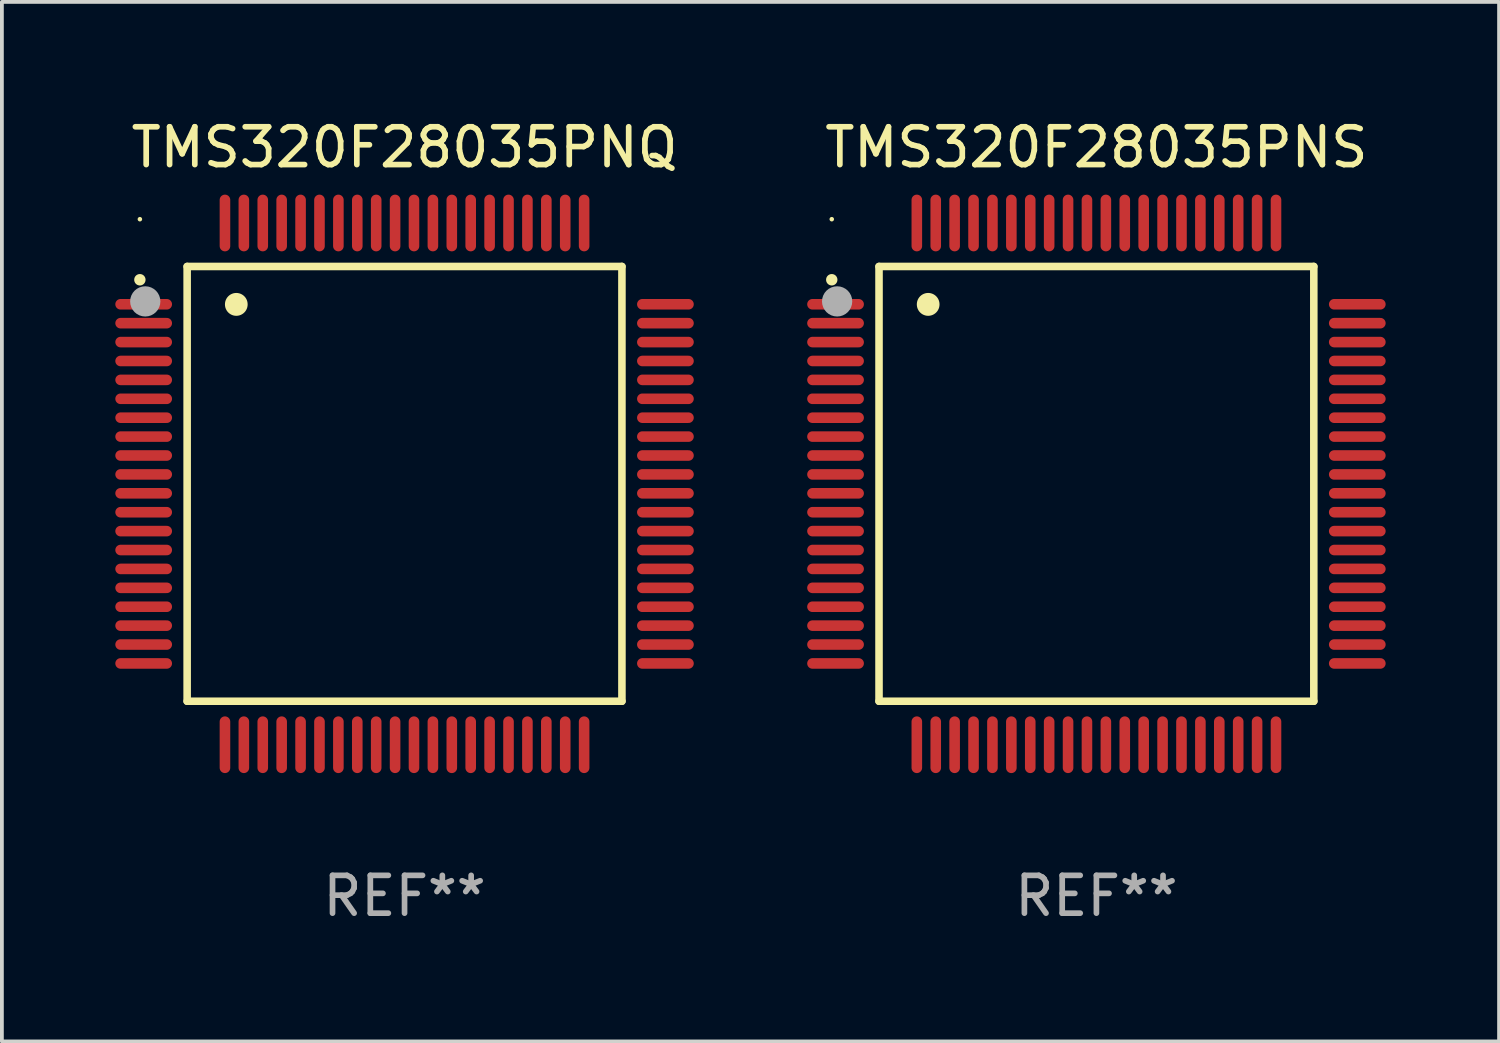
<source format=kicad_pcb>
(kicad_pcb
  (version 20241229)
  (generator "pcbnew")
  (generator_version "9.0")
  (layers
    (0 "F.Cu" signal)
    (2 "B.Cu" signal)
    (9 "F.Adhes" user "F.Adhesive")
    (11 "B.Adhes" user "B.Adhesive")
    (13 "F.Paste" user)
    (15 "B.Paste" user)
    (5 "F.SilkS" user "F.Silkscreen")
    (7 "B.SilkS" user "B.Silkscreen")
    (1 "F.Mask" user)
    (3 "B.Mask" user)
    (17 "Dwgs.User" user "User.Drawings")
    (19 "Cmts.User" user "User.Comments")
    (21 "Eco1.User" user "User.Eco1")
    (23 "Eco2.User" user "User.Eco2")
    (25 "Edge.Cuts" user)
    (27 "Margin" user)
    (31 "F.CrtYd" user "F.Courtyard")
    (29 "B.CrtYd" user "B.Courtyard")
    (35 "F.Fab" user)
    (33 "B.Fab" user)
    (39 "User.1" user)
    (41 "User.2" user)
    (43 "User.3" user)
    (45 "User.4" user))
  (footprint "TMS320F28035PNS"
    (layer "F.Cu")
    (at 25.95 9.748)
    (property "Reference" "TMS320F28035PNS" (at 0 -8.9 0) (layer "F.SilkS") (effects (font (size 1 1) (thickness 0.15))))
    (attr through_hole)
    (fp_line (start -5.75 -5.75) (end 5.75 -5.75) (stroke (width 0.2) (type solid)) (layer "F.SilkS"))
    (fp_line (start -5.75 5.75) (end -5.75 -5.75) (stroke (width 0.2) (type solid)) (layer "F.SilkS"))
    (fp_line (start 5.75 -5.75) (end 5.75 5.75) (stroke (width 0.2) (type solid)) (layer "F.SilkS"))
    (fp_line (start 5.75 5.75) (end -5.75 5.75) (stroke (width 0.2) (type solid)) (layer "F.SilkS"))
    (fp_arc (start -7.000229 -5.397435) (mid -7.000234 -5.398705) (end -7.000229 -5.399975) (stroke (width 0.3) (type solid)) (layer "F.SilkS"))
    (fp_arc (start -4.450064 -4.744653) (mid -4.450075 -4.747193) (end -4.450064 -4.749733) (stroke (width 0.6) (type solid)) (layer "F.SilkS"))
    (fp_circle (center -7 -7) (end -6.97 -7) (stroke (width 0.06) (type solid)) (fill no) (layer "F.SilkS"))
    (fp_circle (center -6.858 -4.826) (end -6.658 -4.826) (stroke (width 0.4) (type solid)) (fill no) (layer "F.Fab"))
    (fp_text user "REF**" (at 0 10.9 0) (layer "F.Fab") (effects (font (size 1 1) (thickness 0.15))))
    (pad "1" smd oval (at -6.9 -4.75 90) (size 0.28 1.5) (layers "F.Cu" "F.Mask" "F.Paste"))
    (pad "2" smd oval (at -6.9 -4.25 90) (size 0.28 1.5) (layers "F.Cu" "F.Mask" "F.Paste"))
    (pad "3" smd oval (at -6.9 -3.75 90) (size 0.28 1.5) (layers "F.Cu" "F.Mask" "F.Paste"))
    (pad "4" smd oval (at -6.9 -3.25 90) (size 0.28 1.5) (layers "F.Cu" "F.Mask" "F.Paste"))
    (pad "5" smd oval (at -6.9 -2.75 90) (size 0.28 1.5) (layers "F.Cu" "F.Mask" "F.Paste"))
    (pad "6" smd oval (at -6.9 -2.25 90) (size 0.28 1.5) (layers "F.Cu" "F.Mask" "F.Paste"))
    (pad "7" smd oval (at -6.9 -1.75 90) (size 0.28 1.5) (layers "F.Cu" "F.Mask" "F.Paste"))
    (pad "8" smd oval (at -6.9 -1.25 90) (size 0.28 1.5) (layers "F.Cu" "F.Mask" "F.Paste"))
    (pad "9" smd oval (at -6.9 -0.75 90) (size 0.28 1.5) (layers "F.Cu" "F.Mask" "F.Paste"))
    (pad "10" smd oval (at -6.9 -0.25 90) (size 0.28 1.5) (layers "F.Cu" "F.Mask" "F.Paste"))
    (pad "11" smd oval (at -6.9 0.25 90) (size 0.28 1.5) (layers "F.Cu" "F.Mask" "F.Paste"))
    (pad "12" smd oval (at -6.9 0.75 90) (size 0.28 1.5) (layers "F.Cu" "F.Mask" "F.Paste"))
    (pad "13" smd oval (at -6.9 1.25 90) (size 0.28 1.5) (layers "F.Cu" "F.Mask" "F.Paste"))
    (pad "14" smd oval (at -6.9 1.75 90) (size 0.28 1.5) (layers "F.Cu" "F.Mask" "F.Paste"))
    (pad "15" smd oval (at -6.9 2.25 90) (size 0.28 1.5) (layers "F.Cu" "F.Mask" "F.Paste"))
    (pad "16" smd oval (at -6.9 2.75 90) (size 0.28 1.5) (layers "F.Cu" "F.Mask" "F.Paste"))
    (pad "17" smd oval (at -6.9 3.25 90) (size 0.28 1.5) (layers "F.Cu" "F.Mask" "F.Paste"))
    (pad "18" smd oval (at -6.9 3.75 90) (size 0.28 1.5) (layers "F.Cu" "F.Mask" "F.Paste"))
    (pad "19" smd oval (at -6.9 4.25 90) (size 0.28 1.5) (layers "F.Cu" "F.Mask" "F.Paste"))
    (pad "20" smd oval (at -6.9 4.75 270) (size 0.28 1.5) (layers "F.Cu" "F.Mask" "F.Paste"))
    (pad "21" smd oval (at -4.75 6.9 180) (size 0.28 1.5) (layers "F.Cu" "F.Mask" "F.Paste"))
    (pad "22" smd oval (at -4.25 6.9) (size 0.28 1.5) (layers "F.Cu" "F.Mask" "F.Paste"))
    (pad "23" smd oval (at -3.75 6.9) (size 0.28 1.5) (layers "F.Cu" "F.Mask" "F.Paste"))
    (pad "24" smd oval (at -3.25 6.9) (size 0.28 1.5) (layers "F.Cu" "F.Mask" "F.Paste"))
    (pad "25" smd oval (at -2.75 6.9) (size 0.28 1.5) (layers "F.Cu" "F.Mask" "F.Paste"))
    (pad "26" smd oval (at -2.25 6.9) (size 0.28 1.5) (layers "F.Cu" "F.Mask" "F.Paste"))
    (pad "27" smd oval (at -1.75 6.9) (size 0.28 1.5) (layers "F.Cu" "F.Mask" "F.Paste"))
    (pad "28" smd oval (at -1.25 6.9) (size 0.28 1.5) (layers "F.Cu" "F.Mask" "F.Paste"))
    (pad "29" smd oval (at -0.75 6.9) (size 0.28 1.5) (layers "F.Cu" "F.Mask" "F.Paste"))
    (pad "30" smd oval (at -0.25 6.9) (size 0.28 1.5) (layers "F.Cu" "F.Mask" "F.Paste"))
    (pad "31" smd oval (at 0.25 6.9) (size 0.28 1.5) (layers "F.Cu" "F.Mask" "F.Paste"))
    (pad "32" smd oval (at 0.75 6.9) (size 0.28 1.5) (layers "F.Cu" "F.Mask" "F.Paste"))
    (pad "33" smd oval (at 1.25 6.9) (size 0.28 1.5) (layers "F.Cu" "F.Mask" "F.Paste"))
    (pad "34" smd oval (at 1.75 6.9) (size 0.28 1.5) (layers "F.Cu" "F.Mask" "F.Paste"))
    (pad "35" smd oval (at 2.25 6.9) (size 0.28 1.5) (layers "F.Cu" "F.Mask" "F.Paste"))
    (pad "36" smd oval (at 2.75 6.9) (size 0.28 1.5) (layers "F.Cu" "F.Mask" "F.Paste"))
    (pad "37" smd oval (at 3.25 6.9) (size 0.28 1.5) (layers "F.Cu" "F.Mask" "F.Paste"))
    (pad "38" smd oval (at 3.75 6.9) (size 0.28 1.5) (layers "F.Cu" "F.Mask" "F.Paste"))
    (pad "39" smd oval (at 4.25 6.9) (size 0.28 1.5) (layers "F.Cu" "F.Mask" "F.Paste"))
    (pad "40" smd oval (at 4.75 6.9) (size 0.28 1.5) (layers "F.Cu" "F.Mask" "F.Paste"))
    (pad "41" smd oval (at 6.9 4.75 270) (size 0.28 1.5) (layers "F.Cu" "F.Mask" "F.Paste"))
    (pad "42" smd oval (at 6.9 4.25 90) (size 0.28 1.5) (layers "F.Cu" "F.Mask" "F.Paste"))
    (pad "43" smd oval (at 6.9 3.75 90) (size 0.28 1.5) (layers "F.Cu" "F.Mask" "F.Paste"))
    (pad "44" smd oval (at 6.9 3.25 90) (size 0.28 1.5) (layers "F.Cu" "F.Mask" "F.Paste"))
    (pad "45" smd oval (at 6.9 2.75 90) (size 0.28 1.5) (layers "F.Cu" "F.Mask" "F.Paste"))
    (pad "46" smd oval (at 6.9 2.25 90) (size 0.28 1.5) (layers "F.Cu" "F.Mask" "F.Paste"))
    (pad "47" smd oval (at 6.9 1.75 90) (size 0.28 1.5) (layers "F.Cu" "F.Mask" "F.Paste"))
    (pad "48" smd oval (at 6.9 1.25 90) (size 0.28 1.5) (layers "F.Cu" "F.Mask" "F.Paste"))
    (pad "49" smd oval (at 6.9 0.75 90) (size 0.28 1.5) (layers "F.Cu" "F.Mask" "F.Paste"))
    (pad "50" smd oval (at 6.9 0.25 90) (size 0.28 1.5) (layers "F.Cu" "F.Mask" "F.Paste"))
    (pad "51" smd oval (at 6.9 -0.25 90) (size 0.28 1.5) (layers "F.Cu" "F.Mask" "F.Paste"))
    (pad "52" smd oval (at 6.9 -0.75 90) (size 0.28 1.5) (layers "F.Cu" "F.Mask" "F.Paste"))
    (pad "53" smd oval (at 6.9 -1.25 90) (size 0.28 1.5) (layers "F.Cu" "F.Mask" "F.Paste"))
    (pad "54" smd oval (at 6.9 -1.75 90) (size 0.28 1.5) (layers "F.Cu" "F.Mask" "F.Paste"))
    (pad "55" smd oval (at 6.9 -2.25 90) (size 0.28 1.5) (layers "F.Cu" "F.Mask" "F.Paste"))
    (pad "56" smd oval (at 6.9 -2.75 90) (size 0.28 1.5) (layers "F.Cu" "F.Mask" "F.Paste"))
    (pad "57" smd oval (at 6.9 -3.25 90) (size 0.28 1.5) (layers "F.Cu" "F.Mask" "F.Paste"))
    (pad "58" smd oval (at 6.9 -3.75 90) (size 0.28 1.5) (layers "F.Cu" "F.Mask" "F.Paste"))
    (pad "59" smd oval (at 6.9 -4.25 90) (size 0.28 1.5) (layers "F.Cu" "F.Mask" "F.Paste"))
    (pad "60" smd oval (at 6.9 -4.75 90) (size 0.28 1.5) (layers "F.Cu" "F.Mask" "F.Paste"))
    (pad "61" smd oval (at 4.75 -6.9) (size 0.28 1.5) (layers "F.Cu" "F.Mask" "F.Paste"))
    (pad "62" smd oval (at 4.25 -6.9) (size 0.28 1.5) (layers "F.Cu" "F.Mask" "F.Paste"))
    (pad "63" smd oval (at 3.75 -6.9) (size 0.28 1.5) (layers "F.Cu" "F.Mask" "F.Paste"))
    (pad "64" smd oval (at 3.25 -6.9) (size 0.28 1.5) (layers "F.Cu" "F.Mask" "F.Paste"))
    (pad "65" smd oval (at 2.75 -6.9) (size 0.28 1.5) (layers "F.Cu" "F.Mask" "F.Paste"))
    (pad "66" smd oval (at 2.25 -6.9) (size 0.28 1.5) (layers "F.Cu" "F.Mask" "F.Paste"))
    (pad "67" smd oval (at 1.75 -6.9) (size 0.28 1.5) (layers "F.Cu" "F.Mask" "F.Paste"))
    (pad "68" smd oval (at 1.25 -6.9) (size 0.28 1.5) (layers "F.Cu" "F.Mask" "F.Paste"))
    (pad "69" smd oval (at 0.75 -6.9) (size 0.28 1.5) (layers "F.Cu" "F.Mask" "F.Paste"))
    (pad "70" smd oval (at 0.25 -6.9) (size 0.28 1.5) (layers "F.Cu" "F.Mask" "F.Paste"))
    (pad "71" smd oval (at -0.25 -6.9) (size 0.28 1.5) (layers "F.Cu" "F.Mask" "F.Paste"))
    (pad "72" smd oval (at -0.75 -6.9) (size 0.28 1.5) (layers "F.Cu" "F.Mask" "F.Paste"))
    (pad "73" smd oval (at -1.25 -6.9) (size 0.28 1.5) (layers "F.Cu" "F.Mask" "F.Paste"))
    (pad "74" smd oval (at -1.75 -6.9) (size 0.28 1.5) (layers "F.Cu" "F.Mask" "F.Paste"))
    (pad "75" smd oval (at -2.25 -6.9) (size 0.28 1.5) (layers "F.Cu" "F.Mask" "F.Paste"))
    (pad "76" smd oval (at -2.75 -6.9) (size 0.28 1.5) (layers "F.Cu" "F.Mask" "F.Paste"))
    (pad "77" smd oval (at -3.25 -6.9) (size 0.28 1.5) (layers "F.Cu" "F.Mask" "F.Paste"))
    (pad "78" smd oval (at -3.75 -6.9) (size 0.28 1.5) (layers "F.Cu" "F.Mask" "F.Paste"))
    (pad "79" smd oval (at -4.25 -6.9) (size 0.28 1.5) (layers "F.Cu" "F.Mask" "F.Paste"))
    (pad "80" smd oval (at -4.75 -6.9 180) (size 0.28 1.5) (layers "F.Cu" "F.Mask" "F.Paste")))
  (footprint "TMS320F28035PNQ"
    (layer "F.Cu")
    (at 7.65 9.748)
    (property "Reference" "TMS320F28035PNQ" (at 0 -8.9 0) (layer "F.SilkS") (effects (font (size 1 1) (thickness 0.15))))
    (attr through_hole)
    (fp_line (start -5.75 -5.75) (end 5.75 -5.75) (stroke (width 0.2) (type solid)) (layer "F.SilkS"))
    (fp_line (start -5.75 5.75) (end -5.75 -5.75) (stroke (width 0.2) (type solid)) (layer "F.SilkS"))
    (fp_line (start 5.75 -5.75) (end 5.75 5.75) (stroke (width 0.2) (type solid)) (layer "F.SilkS"))
    (fp_line (start 5.75 5.75) (end -5.75 5.75) (stroke (width 0.2) (type solid)) (layer "F.SilkS"))
    (fp_arc (start -7.000229 -5.397435) (mid -7.000234 -5.398705) (end -7.000229 -5.399975) (stroke (width 0.3) (type solid)) (layer "F.SilkS"))
    (fp_arc (start -4.450064 -4.744653) (mid -4.450075 -4.747193) (end -4.450064 -4.749733) (stroke (width 0.6) (type solid)) (layer "F.SilkS"))
    (fp_circle (center -7 -7) (end -6.97 -7) (stroke (width 0.06) (type solid)) (fill no) (layer "F.SilkS"))
    (fp_circle (center -6.858 -4.826) (end -6.658 -4.826) (stroke (width 0.4) (type solid)) (fill no) (layer "F.Fab"))
    (fp_text user "REF**" (at 0 10.9 0) (layer "F.Fab") (effects (font (size 1 1) (thickness 0.15))))
    (pad "1" smd oval (at -6.9 -4.75 90) (size 0.28 1.5) (layers "F.Cu" "F.Mask" "F.Paste"))
    (pad "2" smd oval (at -6.9 -4.25 90) (size 0.28 1.5) (layers "F.Cu" "F.Mask" "F.Paste"))
    (pad "3" smd oval (at -6.9 -3.75 90) (size 0.28 1.5) (layers "F.Cu" "F.Mask" "F.Paste"))
    (pad "4" smd oval (at -6.9 -3.25 90) (size 0.28 1.5) (layers "F.Cu" "F.Mask" "F.Paste"))
    (pad "5" smd oval (at -6.9 -2.75 90) (size 0.28 1.5) (layers "F.Cu" "F.Mask" "F.Paste"))
    (pad "6" smd oval (at -6.9 -2.25 90) (size 0.28 1.5) (layers "F.Cu" "F.Mask" "F.Paste"))
    (pad "7" smd oval (at -6.9 -1.75 90) (size 0.28 1.5) (layers "F.Cu" "F.Mask" "F.Paste"))
    (pad "8" smd oval (at -6.9 -1.25 90) (size 0.28 1.5) (layers "F.Cu" "F.Mask" "F.Paste"))
    (pad "9" smd oval (at -6.9 -0.75 90) (size 0.28 1.5) (layers "F.Cu" "F.Mask" "F.Paste"))
    (pad "10" smd oval (at -6.9 -0.25 90) (size 0.28 1.5) (layers "F.Cu" "F.Mask" "F.Paste"))
    (pad "11" smd oval (at -6.9 0.25 90) (size 0.28 1.5) (layers "F.Cu" "F.Mask" "F.Paste"))
    (pad "12" smd oval (at -6.9 0.75 90) (size 0.28 1.5) (layers "F.Cu" "F.Mask" "F.Paste"))
    (pad "13" smd oval (at -6.9 1.25 90) (size 0.28 1.5) (layers "F.Cu" "F.Mask" "F.Paste"))
    (pad "14" smd oval (at -6.9 1.75 90) (size 0.28 1.5) (layers "F.Cu" "F.Mask" "F.Paste"))
    (pad "15" smd oval (at -6.9 2.25 90) (size 0.28 1.5) (layers "F.Cu" "F.Mask" "F.Paste"))
    (pad "16" smd oval (at -6.9 2.75 90) (size 0.28 1.5) (layers "F.Cu" "F.Mask" "F.Paste"))
    (pad "17" smd oval (at -6.9 3.25 90) (size 0.28 1.5) (layers "F.Cu" "F.Mask" "F.Paste"))
    (pad "18" smd oval (at -6.9 3.75 90) (size 0.28 1.5) (layers "F.Cu" "F.Mask" "F.Paste"))
    (pad "19" smd oval (at -6.9 4.25 90) (size 0.28 1.5) (layers "F.Cu" "F.Mask" "F.Paste"))
    (pad "20" smd oval (at -6.9 4.75 270) (size 0.28 1.5) (layers "F.Cu" "F.Mask" "F.Paste"))
    (pad "21" smd oval (at -4.75 6.9 180) (size 0.28 1.5) (layers "F.Cu" "F.Mask" "F.Paste"))
    (pad "22" smd oval (at -4.25 6.9) (size 0.28 1.5) (layers "F.Cu" "F.Mask" "F.Paste"))
    (pad "23" smd oval (at -3.75 6.9) (size 0.28 1.5) (layers "F.Cu" "F.Mask" "F.Paste"))
    (pad "24" smd oval (at -3.25 6.9) (size 0.28 1.5) (layers "F.Cu" "F.Mask" "F.Paste"))
    (pad "25" smd oval (at -2.75 6.9) (size 0.28 1.5) (layers "F.Cu" "F.Mask" "F.Paste"))
    (pad "26" smd oval (at -2.25 6.9) (size 0.28 1.5) (layers "F.Cu" "F.Mask" "F.Paste"))
    (pad "27" smd oval (at -1.75 6.9) (size 0.28 1.5) (layers "F.Cu" "F.Mask" "F.Paste"))
    (pad "28" smd oval (at -1.25 6.9) (size 0.28 1.5) (layers "F.Cu" "F.Mask" "F.Paste"))
    (pad "29" smd oval (at -0.75 6.9) (size 0.28 1.5) (layers "F.Cu" "F.Mask" "F.Paste"))
    (pad "30" smd oval (at -0.25 6.9) (size 0.28 1.5) (layers "F.Cu" "F.Mask" "F.Paste"))
    (pad "31" smd oval (at 0.25 6.9) (size 0.28 1.5) (layers "F.Cu" "F.Mask" "F.Paste"))
    (pad "32" smd oval (at 0.75 6.9) (size 0.28 1.5) (layers "F.Cu" "F.Mask" "F.Paste"))
    (pad "33" smd oval (at 1.25 6.9) (size 0.28 1.5) (layers "F.Cu" "F.Mask" "F.Paste"))
    (pad "34" smd oval (at 1.75 6.9) (size 0.28 1.5) (layers "F.Cu" "F.Mask" "F.Paste"))
    (pad "35" smd oval (at 2.25 6.9) (size 0.28 1.5) (layers "F.Cu" "F.Mask" "F.Paste"))
    (pad "36" smd oval (at 2.75 6.9) (size 0.28 1.5) (layers "F.Cu" "F.Mask" "F.Paste"))
    (pad "37" smd oval (at 3.25 6.9) (size 0.28 1.5) (layers "F.Cu" "F.Mask" "F.Paste"))
    (pad "38" smd oval (at 3.75 6.9) (size 0.28 1.5) (layers "F.Cu" "F.Mask" "F.Paste"))
    (pad "39" smd oval (at 4.25 6.9) (size 0.28 1.5) (layers "F.Cu" "F.Mask" "F.Paste"))
    (pad "40" smd oval (at 4.75 6.9) (size 0.28 1.5) (layers "F.Cu" "F.Mask" "F.Paste"))
    (pad "41" smd oval (at 6.9 4.75 270) (size 0.28 1.5) (layers "F.Cu" "F.Mask" "F.Paste"))
    (pad "42" smd oval (at 6.9 4.25 90) (size 0.28 1.5) (layers "F.Cu" "F.Mask" "F.Paste"))
    (pad "43" smd oval (at 6.9 3.75 90) (size 0.28 1.5) (layers "F.Cu" "F.Mask" "F.Paste"))
    (pad "44" smd oval (at 6.9 3.25 90) (size 0.28 1.5) (layers "F.Cu" "F.Mask" "F.Paste"))
    (pad "45" smd oval (at 6.9 2.75 90) (size 0.28 1.5) (layers "F.Cu" "F.Mask" "F.Paste"))
    (pad "46" smd oval (at 6.9 2.25 90) (size 0.28 1.5) (layers "F.Cu" "F.Mask" "F.Paste"))
    (pad "47" smd oval (at 6.9 1.75 90) (size 0.28 1.5) (layers "F.Cu" "F.Mask" "F.Paste"))
    (pad "48" smd oval (at 6.9 1.25 90) (size 0.28 1.5) (layers "F.Cu" "F.Mask" "F.Paste"))
    (pad "49" smd oval (at 6.9 0.75 90) (size 0.28 1.5) (layers "F.Cu" "F.Mask" "F.Paste"))
    (pad "50" smd oval (at 6.9 0.25 90) (size 0.28 1.5) (layers "F.Cu" "F.Mask" "F.Paste"))
    (pad "51" smd oval (at 6.9 -0.25 90) (size 0.28 1.5) (layers "F.Cu" "F.Mask" "F.Paste"))
    (pad "52" smd oval (at 6.9 -0.75 90) (size 0.28 1.5) (layers "F.Cu" "F.Mask" "F.Paste"))
    (pad "53" smd oval (at 6.9 -1.25 90) (size 0.28 1.5) (layers "F.Cu" "F.Mask" "F.Paste"))
    (pad "54" smd oval (at 6.9 -1.75 90) (size 0.28 1.5) (layers "F.Cu" "F.Mask" "F.Paste"))
    (pad "55" smd oval (at 6.9 -2.25 90) (size 0.28 1.5) (layers "F.Cu" "F.Mask" "F.Paste"))
    (pad "56" smd oval (at 6.9 -2.75 90) (size 0.28 1.5) (layers "F.Cu" "F.Mask" "F.Paste"))
    (pad "57" smd oval (at 6.9 -3.25 90) (size 0.28 1.5) (layers "F.Cu" "F.Mask" "F.Paste"))
    (pad "58" smd oval (at 6.9 -3.75 90) (size 0.28 1.5) (layers "F.Cu" "F.Mask" "F.Paste"))
    (pad "59" smd oval (at 6.9 -4.25 90) (size 0.28 1.5) (layers "F.Cu" "F.Mask" "F.Paste"))
    (pad "60" smd oval (at 6.9 -4.75 90) (size 0.28 1.5) (layers "F.Cu" "F.Mask" "F.Paste"))
    (pad "61" smd oval (at 4.75 -6.9) (size 0.28 1.5) (layers "F.Cu" "F.Mask" "F.Paste"))
    (pad "62" smd oval (at 4.25 -6.9) (size 0.28 1.5) (layers "F.Cu" "F.Mask" "F.Paste"))
    (pad "63" smd oval (at 3.75 -6.9) (size 0.28 1.5) (layers "F.Cu" "F.Mask" "F.Paste"))
    (pad "64" smd oval (at 3.25 -6.9) (size 0.28 1.5) (layers "F.Cu" "F.Mask" "F.Paste"))
    (pad "65" smd oval (at 2.75 -6.9) (size 0.28 1.5) (layers "F.Cu" "F.Mask" "F.Paste"))
    (pad "66" smd oval (at 2.25 -6.9) (size 0.28 1.5) (layers "F.Cu" "F.Mask" "F.Paste"))
    (pad "67" smd oval (at 1.75 -6.9) (size 0.28 1.5) (layers "F.Cu" "F.Mask" "F.Paste"))
    (pad "68" smd oval (at 1.25 -6.9) (size 0.28 1.5) (layers "F.Cu" "F.Mask" "F.Paste"))
    (pad "69" smd oval (at 0.75 -6.9) (size 0.28 1.5) (layers "F.Cu" "F.Mask" "F.Paste"))
    (pad "70" smd oval (at 0.25 -6.9) (size 0.28 1.5) (layers "F.Cu" "F.Mask" "F.Paste"))
    (pad "71" smd oval (at -0.25 -6.9) (size 0.28 1.5) (layers "F.Cu" "F.Mask" "F.Paste"))
    (pad "72" smd oval (at -0.75 -6.9) (size 0.28 1.5) (layers "F.Cu" "F.Mask" "F.Paste"))
    (pad "73" smd oval (at -1.25 -6.9) (size 0.28 1.5) (layers "F.Cu" "F.Mask" "F.Paste"))
    (pad "74" smd oval (at -1.75 -6.9) (size 0.28 1.5) (layers "F.Cu" "F.Mask" "F.Paste"))
    (pad "75" smd oval (at -2.25 -6.9) (size 0.28 1.5) (layers "F.Cu" "F.Mask" "F.Paste"))
    (pad "76" smd oval (at -2.75 -6.9) (size 0.28 1.5) (layers "F.Cu" "F.Mask" "F.Paste"))
    (pad "77" smd oval (at -3.25 -6.9) (size 0.28 1.5) (layers "F.Cu" "F.Mask" "F.Paste"))
    (pad "78" smd oval (at -3.75 -6.9) (size 0.28 1.5) (layers "F.Cu" "F.Mask" "F.Paste"))
    (pad "79" smd oval (at -4.25 -6.9) (size 0.28 1.5) (layers "F.Cu" "F.Mask" "F.Paste"))
    (pad "80" smd oval (at -4.75 -6.9 180) (size 0.28 1.5) (layers "F.Cu" "F.Mask" "F.Paste")))
  (gr_rect
    (start -3 -3)
    (end 36.6 24.496)
    (stroke (width 0.1) (type default))
    (fill no)
    (layer "Edge.Cuts")))
</source>
